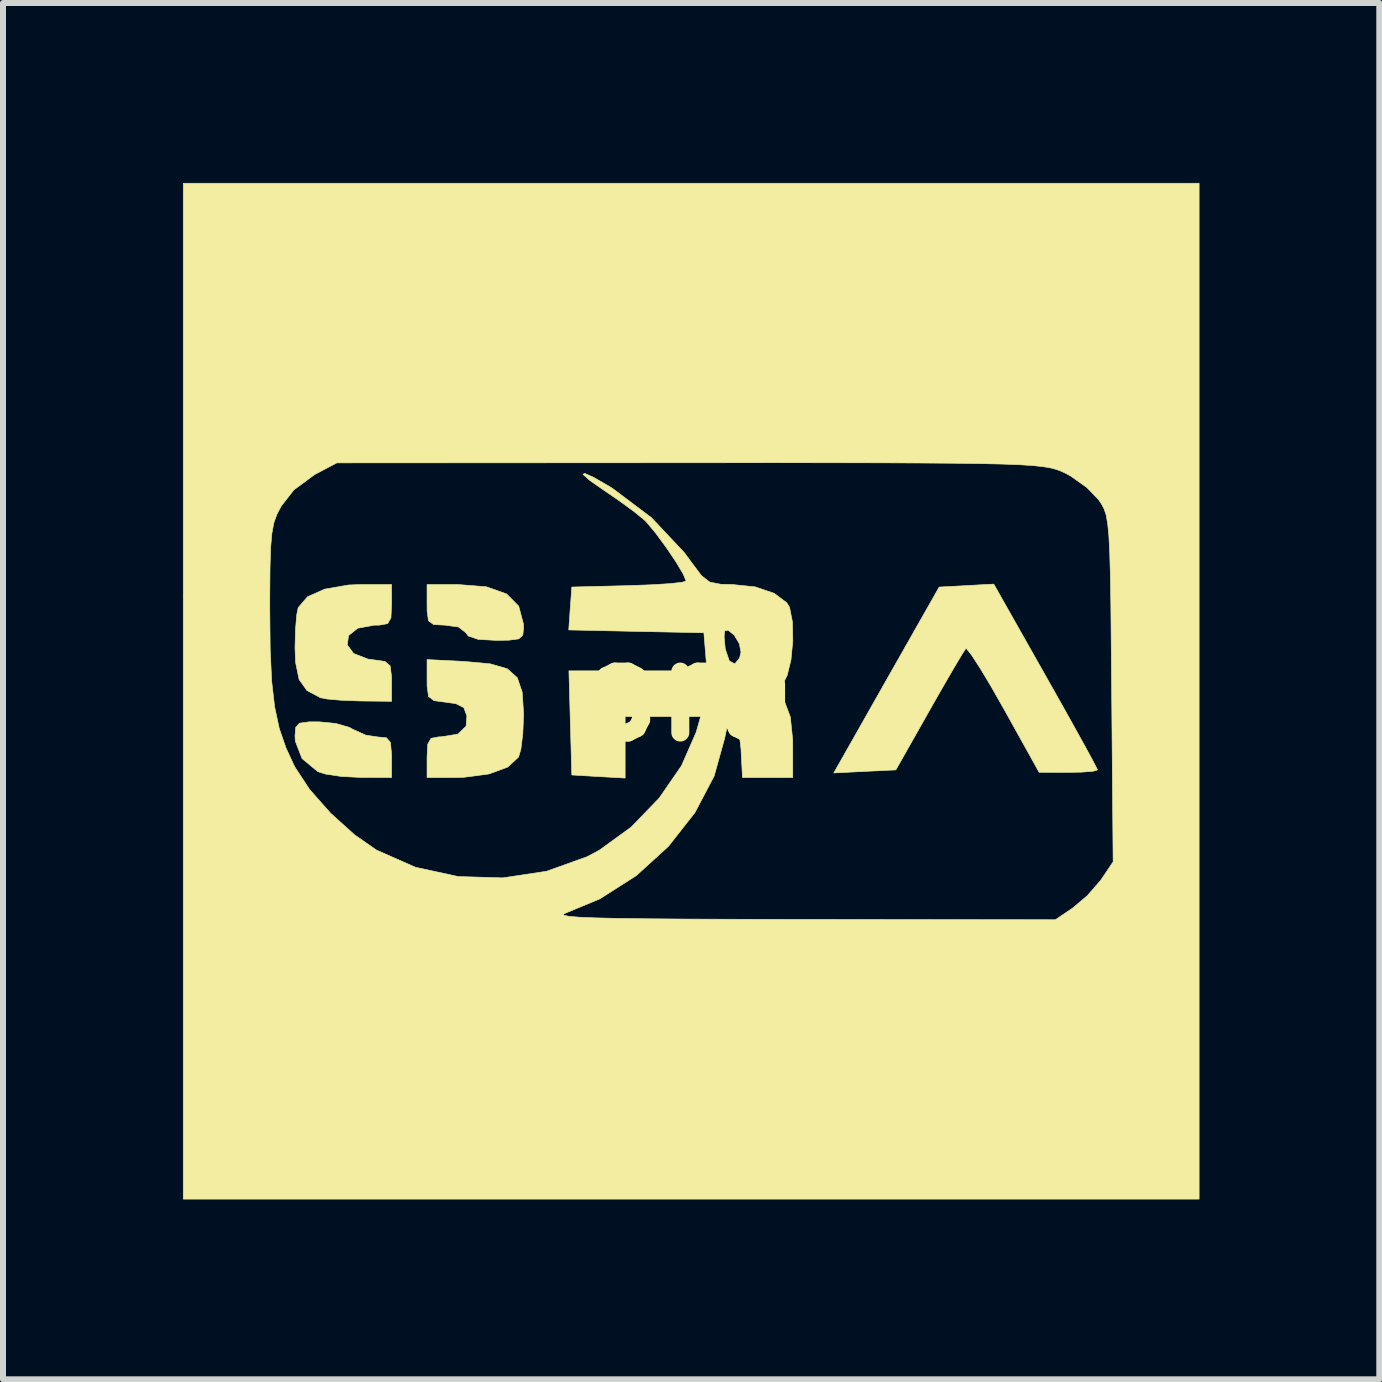
<source format=kicad_pcb>
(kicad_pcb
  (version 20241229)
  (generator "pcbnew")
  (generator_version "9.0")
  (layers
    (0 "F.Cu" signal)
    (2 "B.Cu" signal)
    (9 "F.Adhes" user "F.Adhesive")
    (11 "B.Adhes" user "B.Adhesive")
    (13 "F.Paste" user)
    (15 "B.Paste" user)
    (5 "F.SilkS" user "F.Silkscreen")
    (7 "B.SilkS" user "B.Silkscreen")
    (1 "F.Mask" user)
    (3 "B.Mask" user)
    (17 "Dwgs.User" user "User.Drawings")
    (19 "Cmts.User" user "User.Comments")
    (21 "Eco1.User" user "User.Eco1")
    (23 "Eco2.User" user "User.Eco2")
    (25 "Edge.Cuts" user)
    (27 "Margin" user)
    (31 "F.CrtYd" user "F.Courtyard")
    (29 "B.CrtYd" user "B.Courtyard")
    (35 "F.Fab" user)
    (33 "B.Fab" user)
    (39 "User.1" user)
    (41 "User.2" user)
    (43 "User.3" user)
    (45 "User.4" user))
  (footprint "sra"
    (layer "F.Cu")
    (at 8.472 8.472)
    (property "Reference" "sra" (at 0 0 0) (layer "F.SilkS") (effects (font (size 1.524 1.524) (thickness 0.3))))
    (attr through_hole)
    (fp_poly (pts (xy -3.413 -1.74) (xy -3.078 -1.622) (xy -2.875 -1.417) (xy -2.796 -1.118) (xy -2.794 -1.051) (xy -2.807 -0.933) (xy -2.875 -0.872) (xy -3.04 -0.85) (xy -3.251 -0.847) (xy -3.552 -0.864) (xy -3.715 -0.92) (xy -3.756 -0.974) (xy -3.878 -1.07) (xy -4.104 -1.101) (xy -4.295 -1.111) (xy -4.38 -1.174) (xy -4.402 -1.338) (xy -4.403 -1.439) (xy -4.403 -1.778) (xy -3.89 -1.778) (xy -3.413 -1.74)) (stroke (width 0.01) (type solid)) (fill yes) (layer "F.SilkS"))
    (fp_poly (pts (xy -5.924 0.538) (xy -5.696 0.604) (xy -5.635 0.638) (xy -5.425 0.733) (xy -5.233 0.762) (xy -5.08 0.777) (xy -5.013 0.854) (xy -4.996 1.042) (xy -4.995 1.101) (xy -4.995 1.439) (xy -5.524 1.437) (xy -5.834 1.421) (xy -6.095 1.382) (xy -6.223 1.342) (xy -6.487 1.123) (xy -6.599 0.834) (xy -6.604 0.746) (xy -6.593 0.602) (xy -6.529 0.533) (xy -6.367 0.511) (xy -6.202 0.511) (xy -5.924 0.538)) (stroke (width 0.01) (type solid)) (fill yes) (layer "F.SilkS"))
    (fp_poly (pts (xy 5.908 -0.257) (xy 6.167 0.202) (xy 6.395 0.61) (xy 6.58 0.945) (xy 6.709 1.183) (xy 6.77 1.303) (xy 6.773 1.313) (xy 6.697 1.335) (xy 6.498 1.35) (xy 6.287 1.353) (xy 5.8 1.352) (xy 5.213 0.297) (xy 5.001 -0.076) (xy 4.816 -0.384) (xy 4.674 -0.602) (xy 4.591 -0.707) (xy 4.578 -0.711) (xy 4.521 -0.624) (xy 4.397 -0.417) (xy 4.225 -0.121) (xy 4.02 0.237) (xy 3.971 0.324) (xy 3.412 1.312) (xy 2.894 1.337) (xy 2.377 1.363) (xy 3.255 -0.187) (xy 4.134 -1.736) (xy 5.044 -1.785) (xy 5.908 -0.257)) (stroke (width 0.01) (type solid)) (fill yes) (layer "F.SilkS"))
    (fp_poly (pts (xy -3.775 -0.495) (xy -3.351 -0.456) (xy -3.068 -0.375) (xy -2.899 -0.225) (xy -2.817 0.016) (xy -2.794 0.375) (xy -2.794 0.4) (xy -2.807 0.709) (xy -2.839 0.967) (xy -2.877 1.097) (xy -3.056 1.264) (xy -3.371 1.38) (xy -3.794 1.436) (xy -3.95 1.439) (xy -4.403 1.439) (xy -4.403 1.101) (xy -4.392 0.883) (xy -4.337 0.786) (xy -4.206 0.761) (xy -4.17 0.761) (xy -3.89 0.716) (xy -3.752 0.583) (xy -3.739 0.414) (xy -3.79 0.274) (xy -3.925 0.207) (xy -4.085 0.185) (xy -4.288 0.158) (xy -4.378 0.088) (xy -4.402 -0.078) (xy -4.403 -0.184) (xy -4.403 -0.527) (xy -3.775 -0.495)) (stroke (width 0.01) (type solid)) (fill yes) (layer "F.SilkS"))
    (fp_poly (pts (xy -4.995 -1.439) (xy -5.005 -1.222) (xy -5.06 -1.126) (xy -5.202 -1.101) (xy -5.281 -1.101) (xy -5.559 -1.05) (xy -5.711 -0.928) (xy -5.734 -0.773) (xy -5.627 -0.628) (xy -5.388 -0.535) (xy -5.304 -0.524) (xy -5.105 -0.496) (xy -5.018 -0.422) (xy -4.996 -0.249) (xy -4.995 -0.164) (xy -4.995 0.169) (xy -5.524 0.163) (xy -5.825 0.152) (xy -6.067 0.131) (xy -6.181 0.109) (xy -6.405 -0.011) (xy -6.536 -0.195) (xy -6.595 -0.481) (xy -6.604 -0.726) (xy -6.596 -1.029) (xy -6.575 -1.276) (xy -6.551 -1.393) (xy -6.397 -1.573) (xy -6.108 -1.702) (xy -5.714 -1.77) (xy -5.508 -1.778) (xy -4.995 -1.778) (xy -4.995 -1.439)) (stroke (width 0.01) (type solid)) (fill yes) (layer "F.SilkS"))
    (fp_poly (pts (xy 8.467 8.467) (xy -8.467 8.467) (xy -8.467 -1.355) (xy -7.025 -1.355) (xy -7.018 -0.692) (xy -6.993 -0.164) (xy -6.944 0.262) (xy -6.867 0.621) (xy -6.755 0.946) (xy -6.609 1.261) (xy -6.361 1.638) (xy -6.011 2.034) (xy -5.609 2.396) (xy -5.247 2.648) (xy -4.597 2.935) (xy -3.882 3.09) (xy -3.141 3.112) (xy -2.412 3.002) (xy -1.736 2.76) (xy -1.527 2.648) (xy -1 2.265) (xy -0.534 1.783) (xy -0.162 1.244) (xy 0.08 0.692) (xy 0.09 0.659) (xy 0.158 0.423) (xy -1.101 0.423) (xy -1.101 1.448) (xy -1.545 1.423) (xy -1.99 1.397) (xy -2.038 -0.339) (xy 0.264 -0.339) (xy 0.238 -0.656) (xy 0.217 -0.909) (xy 0.549 -0.909) (xy 0.567 -0.716) (xy 0.571 -0.695) (xy 0.635 -0.505) (xy 0.726 -0.455) (xy 0.806 -0.552) (xy 0.83 -0.649) (xy 0.804 -0.79) (xy 0.719 -0.932) (xy 0.618 -1.016) (xy 0.558 -1.007) (xy 0.549 -0.909) (xy 0.217 -0.909) (xy 0.212 -0.974) (xy -0.915 -0.997) (xy -2.041 -1.021) (xy -2.016 -1.378) (xy -1.99 -1.736) (xy -1.037 -1.76) (xy -0.658 -1.774) (xy -0.351 -1.793) (xy -0.149 -1.816) (xy -0.085 -1.837) (xy -0.132 -1.952) (xy -0.253 -2.154) (xy -0.415 -2.395) (xy -0.588 -2.63) (xy -0.738 -2.811) (xy -0.782 -2.855) (xy -0.956 -2.997) (xy -1.211 -3.183) (xy -1.437 -3.337) (xy -1.691 -3.514) (xy -1.802 -3.613) (xy -1.779 -3.632) (xy -1.631 -3.567) (xy -1.367 -3.415) (xy -1.308 -3.378) (xy -0.662 -2.892) (xy -0.119 -2.315) (xy 0.012 -2.138) (xy 0.172 -1.925) (xy 0.31 -1.818) (xy 0.496 -1.782) (xy 0.686 -1.778) (xy 1.067 -1.739) (xy 1.384 -1.631) (xy 1.594 -1.474) (xy 1.641 -1.393) (xy 1.688 -1.153) (xy 1.694 -0.839) (xy 1.663 -0.52) (xy 1.601 -0.266) (xy 1.562 -0.188) (xy 1.476 -0.032) (xy 1.503 0.097) (xy 1.562 0.188) (xy 1.653 0.431) (xy 1.692 0.813) (xy 1.693 0.908) (xy 1.693 1.439) (xy 0.855 1.439) (xy 0.83 0.959) (xy 0.794 0.653) (xy 0.735 0.485) (xy 0.666 0.462) (xy 0.598 0.594) (xy 0.558 0.785) (xy 0.383 1.414) (xy 0.063 2.023) (xy -0.378 2.585) (xy -0.914 3.074) (xy -1.523 3.462) (xy -2.074 3.691) (xy -2.13 3.716) (xy -2.12 3.736) (xy -2.035 3.754) (xy -1.862 3.768) (xy -1.59 3.779) (xy -1.208 3.788) (xy -0.705 3.794) (xy -0.068 3.799) (xy 0.713 3.802) (xy 1.651 3.804) (xy 1.829 3.804) (xy 6.071 3.81) (xy 6.357 3.617) (xy 6.602 3.41) (xy 6.819 3.161) (xy 6.838 3.135) (xy 7.034 2.844) (xy 7.009 -0.038) (xy 7.002 -0.813) (xy 6.996 -1.437) (xy 6.988 -1.928) (xy 6.977 -2.305) (xy 6.963 -2.586) (xy 6.943 -2.789) (xy 6.918 -2.934) (xy 6.884 -3.037) (xy 6.842 -3.117) (xy 6.794 -3.189) (xy 6.595 -3.395) (xy 6.328 -3.585) (xy 6.238 -3.634) (xy 6.164 -3.668) (xy 6.085 -3.697) (xy 5.99 -3.722) (xy 5.864 -3.743) (xy 5.697 -3.761) (xy 5.476 -3.775) (xy 5.187 -3.786) (xy 4.819 -3.794) (xy 4.36 -3.8) (xy 3.796 -3.804) (xy 3.115 -3.807) (xy 2.305 -3.808) (xy 1.353 -3.809) (xy 0.248 -3.808) (xy -0.017 -3.808) (xy -5.907 -3.806) (xy -6.277 -3.611) (xy -6.624 -3.355) (xy -6.835 -3.084) (xy -6.906 -2.948) (xy -6.957 -2.807) (xy -6.99 -2.63) (xy -7.011 -2.388) (xy -7.021 -2.05) (xy -7.025 -1.585) (xy -7.025 -1.355) (xy -8.467 -1.355) (xy -8.467 -8.467) (xy 8.467 -8.467) (xy 8.467 8.467)) (stroke (width 0.01) (type solid)) (fill yes) (layer "F.SilkS")))
  (gr_rect
    (start -3 -3)
    (end 19.943 19.943)
    (stroke (width 0.1) (type default))
    (fill no)
    (layer "Edge.Cuts")))
</source>
